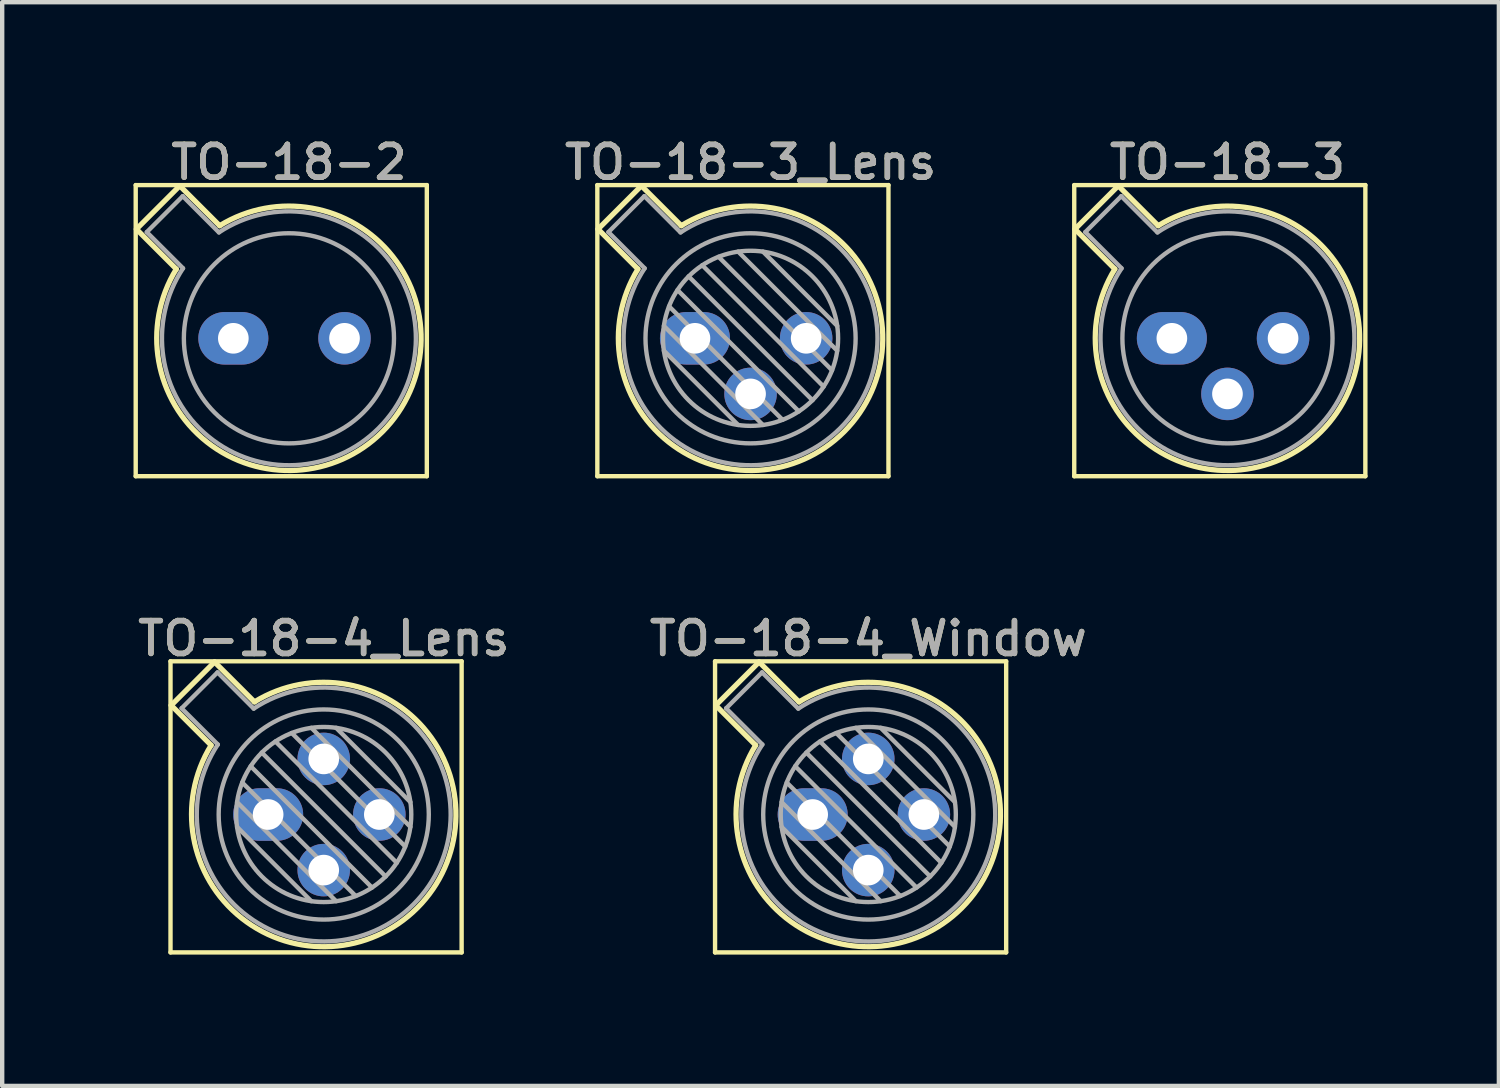
<source format=kicad_pcb>
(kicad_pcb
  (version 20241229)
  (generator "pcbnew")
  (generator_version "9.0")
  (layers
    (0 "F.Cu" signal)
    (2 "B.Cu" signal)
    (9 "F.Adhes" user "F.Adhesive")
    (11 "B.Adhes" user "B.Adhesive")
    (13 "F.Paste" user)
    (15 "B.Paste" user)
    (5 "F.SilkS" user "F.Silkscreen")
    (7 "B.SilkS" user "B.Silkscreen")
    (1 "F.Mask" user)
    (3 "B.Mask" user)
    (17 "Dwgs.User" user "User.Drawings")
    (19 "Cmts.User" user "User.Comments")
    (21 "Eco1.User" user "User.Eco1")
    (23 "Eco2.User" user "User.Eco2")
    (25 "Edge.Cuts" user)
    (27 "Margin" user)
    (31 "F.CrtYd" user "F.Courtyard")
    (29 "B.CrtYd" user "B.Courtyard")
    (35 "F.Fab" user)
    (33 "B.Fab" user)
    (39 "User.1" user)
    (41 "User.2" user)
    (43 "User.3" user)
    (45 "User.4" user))
  (footprint "TO-18-2"
    (layer "F.Cu")
    (at 2.28 4.678)
    (property "Reference" "TO-18-2" (at 1.27 -4.02 0) (layer "F.SilkS") (effects (font (size 0.75 0.75) (thickness 0.125))))
    (attr through_hole)
    (fp_line (start -2.23 -3.5) (end -2.23 3.15) (stroke (width 0.1) (type solid)) (layer "F.SilkS"))
    (fp_line (start -2.23 3.15) (end 4.42 3.15) (stroke (width 0.1) (type solid)) (layer "F.SilkS"))
    (fp_line (start -2.214 -2.494) (end -1.302 -1.582) (stroke (width 0.12) (type solid)) (layer "F.SilkS"))
    (fp_line (start -1.224 -3.484) (end -2.214 -2.494) (stroke (width 0.12) (type solid)) (layer "F.SilkS"))
    (fp_line (start -0.312 -2.572) (end -1.224 -3.484) (stroke (width 0.12) (type solid)) (layer "F.SilkS"))
    (fp_line (start 4.42 -3.5) (end -2.23 -3.5) (stroke (width 0.1) (type solid)) (layer "F.SilkS"))
    (fp_line (start 4.42 3.15) (end 4.42 -3.5) (stroke (width 0.1) (type solid)) (layer "F.SilkS"))
    (fp_arc (start -0.312331 -2.572281) (mid 3.405462 2.135462) (end -1.302281 -1.582331) (stroke (width 0.12) (type solid)) (layer "F.SilkS"))
    (fp_line (start -1.977 -2.426) (end -1.149 -1.599) (stroke (width 0.1) (type solid)) (layer "F.Fab"))
    (fp_line (start -1.156 -3.247) (end -1.977 -2.426) (stroke (width 0.1) (type solid)) (layer "F.Fab"))
    (fp_line (start -0.329 -2.419) (end -1.156 -3.247) (stroke (width 0.1) (type solid)) (layer "F.Fab"))
    (fp_arc (start -0.329057 -2.419301) (mid 3.32061 2.05061) (end -1.149301 -1.599057) (stroke (width 0.1) (type solid)) (layer "F.Fab"))
    (fp_circle (center 1.27 0) (end 3.67 0) (stroke (width 0.1) (type solid)) (fill no) (layer "F.Fab"))
    (fp_text user "${REFERENCE}" (at 1.27 -4.02 0) (layer "F.Fab") (effects (font (size 0.75 0.75) (thickness 0.125))))
    (pad "1" thru_hole oval (at 0 0) (size 1.6 1.2) (drill 0.7) (layers "*.Cu" "*.Mask"))
    (pad "2" thru_hole circle (at 2.54 0) (size 1.2 1.2) (drill 0.7) (layers "*.Cu" "*.Mask")))
  (footprint "TO-18-3"
    (layer "F.Cu")
    (at 23.719 4.678)
    (property "Reference" "TO-18-3" (at 1.27 -4.02 0) (layer "F.SilkS") (effects (font (size 0.75 0.75) (thickness 0.125))))
    (attr through_hole)
    (fp_line (start -2.23 -3.5) (end -2.23 3.15) (stroke (width 0.1) (type solid)) (layer "F.SilkS"))
    (fp_line (start -2.23 3.15) (end 4.42 3.15) (stroke (width 0.1) (type solid)) (layer "F.SilkS"))
    (fp_line (start -2.214 -2.494) (end -1.302 -1.582) (stroke (width 0.12) (type solid)) (layer "F.SilkS"))
    (fp_line (start -1.224 -3.484) (end -2.214 -2.494) (stroke (width 0.12) (type solid)) (layer "F.SilkS"))
    (fp_line (start -0.312 -2.572) (end -1.224 -3.484) (stroke (width 0.12) (type solid)) (layer "F.SilkS"))
    (fp_line (start 4.42 -3.5) (end -2.23 -3.5) (stroke (width 0.1) (type solid)) (layer "F.SilkS"))
    (fp_line (start 4.42 3.15) (end 4.42 -3.5) (stroke (width 0.1) (type solid)) (layer "F.SilkS"))
    (fp_arc (start -0.312331 -2.572281) (mid 3.405462 2.135462) (end -1.302281 -1.582331) (stroke (width 0.12) (type solid)) (layer "F.SilkS"))
    (fp_line (start -1.977 -2.426) (end -1.149 -1.599) (stroke (width 0.1) (type solid)) (layer "F.Fab"))
    (fp_line (start -1.156 -3.247) (end -1.977 -2.426) (stroke (width 0.1) (type solid)) (layer "F.Fab"))
    (fp_line (start -0.329 -2.419) (end -1.156 -3.247) (stroke (width 0.1) (type solid)) (layer "F.Fab"))
    (fp_arc (start -0.329057 -2.419301) (mid 3.32061 2.05061) (end -1.149301 -1.599057) (stroke (width 0.1) (type solid)) (layer "F.Fab"))
    (fp_circle (center 1.27 0) (end 3.67 0) (stroke (width 0.1) (type solid)) (fill no) (layer "F.Fab"))
    (fp_text user "${REFERENCE}" (at 1.27 -4.02 0) (layer "F.Fab") (effects (font (size 0.75 0.75) (thickness 0.125))))
    (pad "1" thru_hole oval (at 0 0) (size 1.6 1.2) (drill 0.7) (layers "*.Cu" "*.Mask"))
    (pad "2" thru_hole circle (at 1.27 1.27) (size 1.2 1.2) (drill 0.7) (layers "*.Cu" "*.Mask"))
    (pad "3" thru_hole circle (at 2.54 0) (size 1.2 1.2) (drill 0.7) (layers "*.Cu" "*.Mask")))
  (footprint "TO-18-3_Lens"
    (layer "F.Cu")
    (at 12.825 4.678)
    (property "Reference" "TO-18-3_Lens" (at 1.27 -4.02 0) (layer "F.SilkS") (effects (font (size 0.75 0.75) (thickness 0.125))))
    (attr through_hole)
    (fp_line (start -2.23 -3.5) (end -2.23 3.15) (stroke (width 0.1) (type solid)) (layer "F.SilkS"))
    (fp_line (start -2.23 3.15) (end 4.42 3.15) (stroke (width 0.1) (type solid)) (layer "F.SilkS"))
    (fp_line (start -2.214 -2.494) (end -1.302 -1.582) (stroke (width 0.12) (type solid)) (layer "F.SilkS"))
    (fp_line (start -1.224 -3.484) (end -2.214 -2.494) (stroke (width 0.12) (type solid)) (layer "F.SilkS"))
    (fp_line (start -0.312 -2.572) (end -1.224 -3.484) (stroke (width 0.12) (type solid)) (layer "F.SilkS"))
    (fp_line (start 4.42 -3.5) (end -2.23 -3.5) (stroke (width 0.1) (type solid)) (layer "F.SilkS"))
    (fp_line (start 4.42 3.15) (end 4.42 -3.5) (stroke (width 0.1) (type solid)) (layer "F.SilkS"))
    (fp_arc (start -0.312331 -2.572281) (mid 3.405462 2.135462) (end -1.302281 -1.582331) (stroke (width 0.12) (type solid)) (layer "F.SilkS"))
    (fp_line (start -1.977 -2.426) (end -1.149 -1.599) (stroke (width 0.1) (type solid)) (layer "F.Fab"))
    (fp_line (start -1.156 -3.247) (end -1.977 -2.426) (stroke (width 0.1) (type solid)) (layer "F.Fab"))
    (fp_line (start -0.71 -0.283) (end 1.553 1.98) (stroke (width 0.1) (type solid)) (layer "F.Fab"))
    (fp_line (start -0.71 0.283) (end 0.987 1.98) (stroke (width 0.1) (type solid)) (layer "F.Fab"))
    (fp_line (start -0.592 -0.731) (end 2.001 1.862) (stroke (width 0.1) (type solid)) (layer "F.Fab"))
    (fp_line (start -0.399 -1.103) (end 2.373 1.669) (stroke (width 0.1) (type solid)) (layer "F.Fab"))
    (fp_line (start -0.329 -2.419) (end -1.156 -3.247) (stroke (width 0.1) (type solid)) (layer "F.Fab"))
    (fp_line (start -0.145 -1.415) (end 2.685 1.415) (stroke (width 0.1) (type solid)) (layer "F.Fab"))
    (fp_line (start 0.167 -1.669) (end 2.939 1.103) (stroke (width 0.1) (type solid)) (layer "F.Fab"))
    (fp_line (start 0.539 -1.862) (end 3.132 0.731) (stroke (width 0.1) (type solid)) (layer "F.Fab"))
    (fp_line (start 0.987 -1.98) (end 3.25 0.283) (stroke (width 0.1) (type solid)) (layer "F.Fab"))
    (fp_line (start 1.553 -1.98) (end 3.25 -0.283) (stroke (width 0.1) (type solid)) (layer "F.Fab"))
    (fp_arc (start -0.329057 -2.419301) (mid 3.32061 2.05061) (end -1.149301 -1.599057) (stroke (width 0.1) (type solid)) (layer "F.Fab"))
    (fp_circle (center 1.27 0) (end 3.27 0) (stroke (width 0.1) (type solid)) (fill no) (layer "F.Fab"))
    (fp_circle (center 1.27 0) (end 3.67 0) (stroke (width 0.1) (type solid)) (fill no) (layer "F.Fab"))
    (fp_text user "${REFERENCE}" (at 1.27 -4.02 0) (layer "F.Fab") (effects (font (size 0.75 0.75) (thickness 0.125))))
    (pad "1" thru_hole oval (at 0 0) (size 1.6 1.2) (drill 0.7) (layers "*.Cu" "*.Mask"))
    (pad "2" thru_hole circle (at 1.27 1.27) (size 1.2 1.2) (drill 0.7) (layers "*.Cu" "*.Mask"))
    (pad "3" thru_hole circle (at 2.54 0) (size 1.2 1.2) (drill 0.7) (layers "*.Cu" "*.Mask")))
  (footprint "TO-18-4_Lens"
    (layer "F.Cu")
    (at 3.075 15.556)
    (property "Reference" "TO-18-4_Lens" (at 1.27 -4.02 0) (layer "F.SilkS") (effects (font (size 0.75 0.75) (thickness 0.125))))
    (attr through_hole)
    (fp_line (start -2.23 -3.5) (end -2.23 3.15) (stroke (width 0.1) (type solid)) (layer "F.SilkS"))
    (fp_line (start -2.23 3.15) (end 4.42 3.15) (stroke (width 0.1) (type solid)) (layer "F.SilkS"))
    (fp_line (start -2.214 -2.494) (end -1.302 -1.582) (stroke (width 0.12) (type solid)) (layer "F.SilkS"))
    (fp_line (start -1.224 -3.484) (end -2.214 -2.494) (stroke (width 0.12) (type solid)) (layer "F.SilkS"))
    (fp_line (start -0.312 -2.572) (end -1.224 -3.484) (stroke (width 0.12) (type solid)) (layer "F.SilkS"))
    (fp_line (start 4.42 -3.5) (end -2.23 -3.5) (stroke (width 0.1) (type solid)) (layer "F.SilkS"))
    (fp_line (start 4.42 3.15) (end 4.42 -3.5) (stroke (width 0.1) (type solid)) (layer "F.SilkS"))
    (fp_arc (start -0.312331 -2.572281) (mid 3.405462 2.135462) (end -1.302281 -1.582331) (stroke (width 0.12) (type solid)) (layer "F.SilkS"))
    (fp_line (start -1.977 -2.426) (end -1.149 -1.599) (stroke (width 0.1) (type solid)) (layer "F.Fab"))
    (fp_line (start -1.156 -3.247) (end -1.977 -2.426) (stroke (width 0.1) (type solid)) (layer "F.Fab"))
    (fp_line (start -0.71 -0.283) (end 1.553 1.98) (stroke (width 0.1) (type solid)) (layer "F.Fab"))
    (fp_line (start -0.71 0.283) (end 0.987 1.98) (stroke (width 0.1) (type solid)) (layer "F.Fab"))
    (fp_line (start -0.592 -0.731) (end 2.001 1.862) (stroke (width 0.1) (type solid)) (layer "F.Fab"))
    (fp_line (start -0.399 -1.103) (end 2.373 1.669) (stroke (width 0.1) (type solid)) (layer "F.Fab"))
    (fp_line (start -0.329 -2.419) (end -1.156 -3.247) (stroke (width 0.1) (type solid)) (layer "F.Fab"))
    (fp_line (start -0.145 -1.415) (end 2.685 1.415) (stroke (width 0.1) (type solid)) (layer "F.Fab"))
    (fp_line (start 0.167 -1.669) (end 2.939 1.103) (stroke (width 0.1) (type solid)) (layer "F.Fab"))
    (fp_line (start 0.539 -1.862) (end 3.132 0.731) (stroke (width 0.1) (type solid)) (layer "F.Fab"))
    (fp_line (start 0.987 -1.98) (end 3.25 0.283) (stroke (width 0.1) (type solid)) (layer "F.Fab"))
    (fp_line (start 1.553 -1.98) (end 3.25 -0.283) (stroke (width 0.1) (type solid)) (layer "F.Fab"))
    (fp_arc (start -0.329057 -2.419301) (mid 3.32061 2.05061) (end -1.149301 -1.599057) (stroke (width 0.1) (type solid)) (layer "F.Fab"))
    (fp_circle (center 1.27 0) (end 3.27 0) (stroke (width 0.1) (type solid)) (fill no) (layer "F.Fab"))
    (fp_circle (center 1.27 0) (end 3.67 0) (stroke (width 0.1) (type solid)) (fill no) (layer "F.Fab"))
    (fp_text user "${REFERENCE}" (at 1.27 -4.02 0) (layer "F.Fab") (effects (font (size 0.75 0.75) (thickness 0.125))))
    (pad "1" thru_hole oval (at 0 0) (size 1.6 1.2) (drill 0.7) (layers "*.Cu" "*.Mask"))
    (pad "2" thru_hole circle (at 1.27 1.27) (size 1.2 1.2) (drill 0.7) (layers "*.Cu" "*.Mask"))
    (pad "3" thru_hole circle (at 2.54 0) (size 1.2 1.2) (drill 0.7) (layers "*.Cu" "*.Mask"))
    (pad "4" thru_hole circle (at 1.27 -1.27) (size 1.2 1.2) (drill 0.7) (layers "*.Cu" "*.Mask")))
  (footprint "TO-18-4_Window"
    (layer "F.Cu")
    (at 15.514 15.556)
    (property "Reference" "TO-18-4_Window" (at 1.27 -4.02 0) (layer "F.SilkS") (effects (font (size 0.75 0.75) (thickness 0.125))))
    (attr through_hole)
    (fp_line (start -2.23 -3.5) (end -2.23 3.15) (stroke (width 0.1) (type solid)) (layer "F.SilkS"))
    (fp_line (start -2.23 3.15) (end 4.42 3.15) (stroke (width 0.1) (type solid)) (layer "F.SilkS"))
    (fp_line (start -2.214 -2.494) (end -1.302 -1.582) (stroke (width 0.12) (type solid)) (layer "F.SilkS"))
    (fp_line (start -1.224 -3.484) (end -2.214 -2.494) (stroke (width 0.12) (type solid)) (layer "F.SilkS"))
    (fp_line (start -0.312 -2.572) (end -1.224 -3.484) (stroke (width 0.12) (type solid)) (layer "F.SilkS"))
    (fp_line (start 4.42 -3.5) (end -2.23 -3.5) (stroke (width 0.1) (type solid)) (layer "F.SilkS"))
    (fp_line (start 4.42 3.15) (end 4.42 -3.5) (stroke (width 0.1) (type solid)) (layer "F.SilkS"))
    (fp_arc (start -0.312331 -2.572281) (mid 3.405462 2.135462) (end -1.302281 -1.582331) (stroke (width 0.12) (type solid)) (layer "F.SilkS"))
    (fp_line (start -1.977 -2.426) (end -1.149 -1.599) (stroke (width 0.1) (type solid)) (layer "F.Fab"))
    (fp_line (start -1.156 -3.247) (end -1.977 -2.426) (stroke (width 0.1) (type solid)) (layer "F.Fab"))
    (fp_line (start -0.71 -0.283) (end 1.553 1.98) (stroke (width 0.1) (type solid)) (layer "F.Fab"))
    (fp_line (start -0.71 0.283) (end 0.987 1.98) (stroke (width 0.1) (type solid)) (layer "F.Fab"))
    (fp_line (start -0.592 -0.731) (end 2.001 1.862) (stroke (width 0.1) (type solid)) (layer "F.Fab"))
    (fp_line (start -0.399 -1.103) (end 2.373 1.669) (stroke (width 0.1) (type solid)) (layer "F.Fab"))
    (fp_line (start -0.329 -2.419) (end -1.156 -3.247) (stroke (width 0.1) (type solid)) (layer "F.Fab"))
    (fp_line (start -0.145 -1.415) (end 2.685 1.415) (stroke (width 0.1) (type solid)) (layer "F.Fab"))
    (fp_line (start 0.167 -1.669) (end 2.939 1.103) (stroke (width 0.1) (type solid)) (layer "F.Fab"))
    (fp_line (start 0.539 -1.862) (end 3.132 0.731) (stroke (width 0.1) (type solid)) (layer "F.Fab"))
    (fp_line (start 0.987 -1.98) (end 3.25 0.283) (stroke (width 0.1) (type solid)) (layer "F.Fab"))
    (fp_line (start 1.553 -1.98) (end 3.25 -0.283) (stroke (width 0.1) (type solid)) (layer "F.Fab"))
    (fp_arc (start -0.329057 -2.419301) (mid 3.32061 2.05061) (end -1.149301 -1.599057) (stroke (width 0.1) (type solid)) (layer "F.Fab"))
    (fp_circle (center 1.27 0) (end 3.27 0) (stroke (width 0.1) (type solid)) (fill no) (layer "F.Fab"))
    (fp_circle (center 1.27 0) (end 3.67 0) (stroke (width 0.1) (type solid)) (fill no) (layer "F.Fab"))
    (fp_text user "${REFERENCE}" (at 1.27 -4.02 0) (layer "F.Fab") (effects (font (size 0.75 0.75) (thickness 0.125))))
    (pad "1" thru_hole oval (at 0 0) (size 1.6 1.2) (drill 0.7) (layers "*.Cu" "*.Mask"))
    (pad "2" thru_hole circle (at 1.27 1.27) (size 1.2 1.2) (drill 0.7) (layers "*.Cu" "*.Mask"))
    (pad "3" thru_hole circle (at 2.54 0) (size 1.2 1.2) (drill 0.7) (layers "*.Cu" "*.Mask"))
    (pad "4" thru_hole circle (at 1.27 -1.27) (size 1.2 1.2) (drill 0.7) (layers "*.Cu" "*.Mask")))
  (gr_rect
    (start -3 -3)
    (end 31.189 21.756)
    (stroke (width 0.1) (type default))
    (fill no)
    (layer "Edge.Cuts")))
</source>
